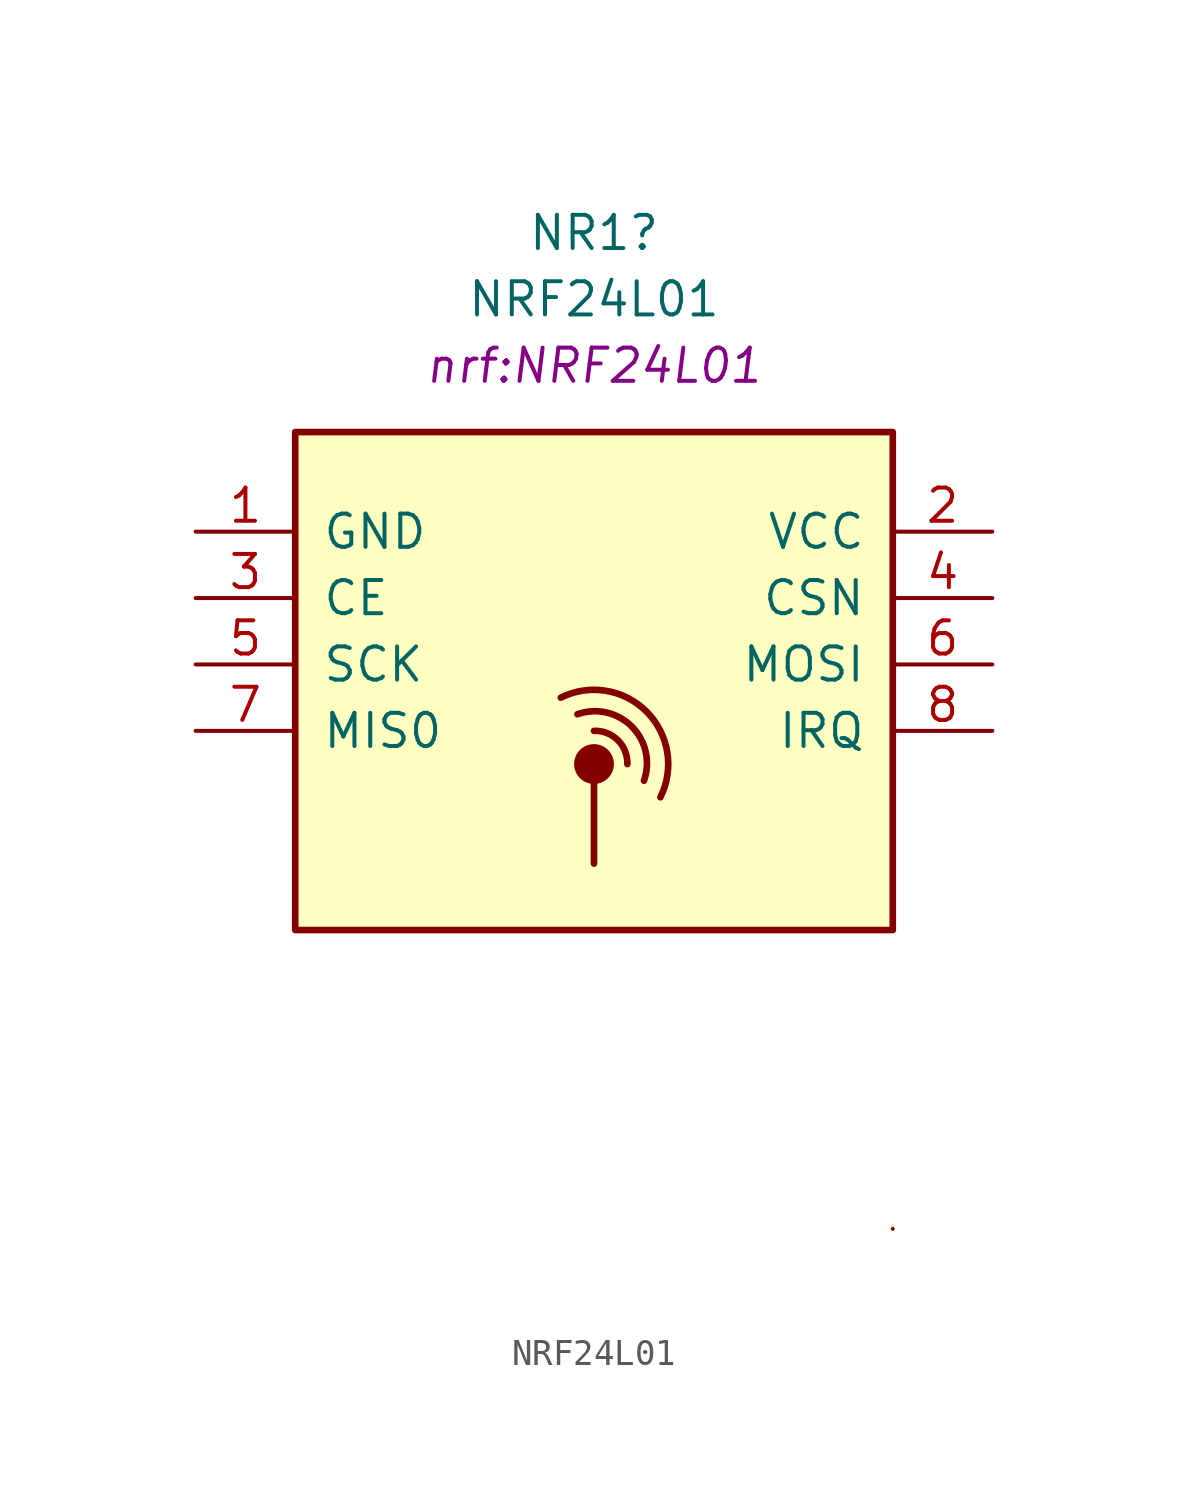
<source format=kicad_sym>
(kicad_symbol_lib
  (version 20241209)
  (generator "kicad_symbol_editor")
  (generator_version "9.0")
  (symbol "NRF24L01"
    (pin_names
      (offset 1.016))
    (property "Reference" "NR1"
      (at 0 24.13 0)
      (effects (font (size 1.27 1.27))))
    (property "Value" "NRF24L01"
      (at 0 21.59 0)
      (effects (font (size 1.27 1.27))))
    (property "Footprint" "nrf:NRF24L01"
      (at 0 19.05 0)
      (effects (font (size 1.27 1.27) (italic yes))))
    (symbol "NRF24L01_0_1"
      (rectangle (start -11.43 16.51) (end 11.43 -2.54) (stroke (width 0.254) (type default)) (fill (type background)))
      (arc (start -1.27 6.35) (mid 2.008 5.818) (end 2.54 2.54) (stroke (width 0.254) (type default)) (fill (type none)))
      (circle (center 0 3.81) (radius 0.635) (stroke (width 0.254) (type default)) (fill (type outline)))
      (polyline (pts (xy 0 3.175) (xy 0 0)) (stroke (width 0.254) (type default)) (fill (type none)))
      (arc (start -0.635 5.715) (mid 1.4383 5.2483) (end 1.905 3.175) (stroke (width 0.254) (type default)) (fill (type none)))
      (arc (start 0 5.08) (mid 0.9108 4.7208) (end 1.27 3.81) (stroke (width 0.254) (type default)) (fill (type none)))
      (rectangle (start 11.43 -13.97) (end 11.43 -13.97) (stroke (width 0) (type default)) (fill (type none))))
    (symbol "NRF24L01_1_1"
      (pin power_in line (at -15.24 12.7 0) (length 3.81) (name "GND" (effects (font (size 1.27 1.27)))) (number "1" (effects (font (size 1.27 1.27)))))
      (pin input line (at -15.24 10.16 0) (length 3.81) (name "CE" (effects (font (size 1.27 1.27)))) (number "3" (effects (font (size 1.27 1.27)))))
      (pin input line (at -15.24 7.62 0) (length 3.81) (name "SCK" (effects (font (size 1.27 1.27)))) (number "5" (effects (font (size 1.27 1.27)))))
      (pin output line (at -15.24 5.08 0) (length 3.81) (name "MIS0" (effects (font (size 1.27 1.27)))) (number "7" (effects (font (size 1.27 1.27)))))
      (pin power_in line (at 15.24 12.7 180) (length 3.81) (name "VCC" (effects (font (size 1.27 1.27)))) (number "2" (effects (font (size 1.27 1.27)))))
      (pin input line (at 15.24 10.16 180) (length 3.81) (name "CSN" (effects (font (size 1.27 1.27)))) (number "4" (effects (font (size 1.27 1.27)))))
      (pin input line (at 15.24 7.62 180) (length 3.81) (name "MOSI" (effects (font (size 1.27 1.27)))) (number "6" (effects (font (size 1.27 1.27)))))
      (pin output line (at 15.24 5.08 180) (length 3.81) (name "IRQ" (effects (font (size 1.27 1.27)))) (number "8" (effects (font (size 1.27 1.27))))))))
</source>
